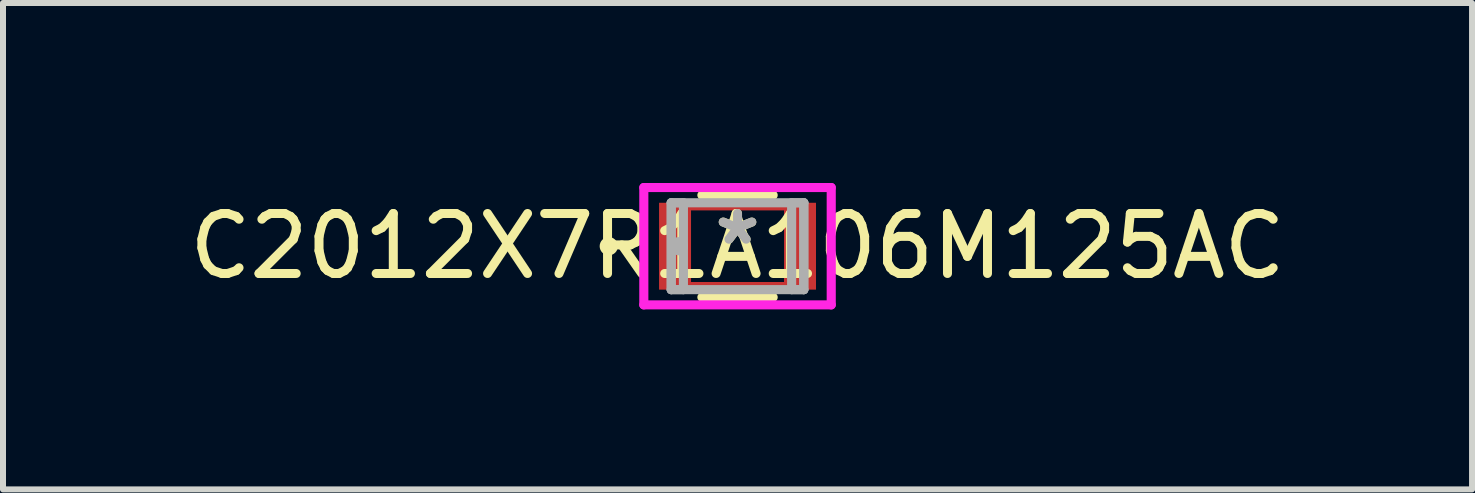
<source format=kicad_pcb>
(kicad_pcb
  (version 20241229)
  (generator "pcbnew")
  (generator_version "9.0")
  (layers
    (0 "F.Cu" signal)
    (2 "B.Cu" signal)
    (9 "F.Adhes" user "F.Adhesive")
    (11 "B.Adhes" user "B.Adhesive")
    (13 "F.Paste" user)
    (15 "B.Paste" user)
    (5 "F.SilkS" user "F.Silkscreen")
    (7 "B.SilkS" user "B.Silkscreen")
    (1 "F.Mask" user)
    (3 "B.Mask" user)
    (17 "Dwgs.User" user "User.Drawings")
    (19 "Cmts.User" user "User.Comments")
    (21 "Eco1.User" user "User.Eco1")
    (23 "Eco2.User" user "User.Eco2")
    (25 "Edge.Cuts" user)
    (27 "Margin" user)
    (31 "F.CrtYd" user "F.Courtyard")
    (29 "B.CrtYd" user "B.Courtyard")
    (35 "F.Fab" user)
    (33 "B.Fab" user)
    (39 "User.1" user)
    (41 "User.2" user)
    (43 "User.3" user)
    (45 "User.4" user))
  (footprint "C2012X7R1A106M125AC"
    (layer "F.Cu")
    (at 9.244 1.054)
    (property "Reference" "C2012X7R1A106M125AC" (at 0 0 0) (layer "F.SilkS") (effects (font (size 1 1) (thickness 0.15))))
    (attr through_hole)
    (fp_line (start -0.851 -0.673) (end 0.851 -0.673) (stroke (width 0.152) (type solid)) (layer "F.Cu"))
    (fp_line (start -0.851 0.673) (end -0.851 -0.673) (stroke (width 0.152) (type solid)) (layer "F.Cu"))
    (fp_line (start 0.851 -0.673) (end 0.851 0.673) (stroke (width 0.152) (type solid)) (layer "F.Cu"))
    (fp_line (start 0.851 0.673) (end -0.851 0.673) (stroke (width 0.152) (type solid)) (layer "F.Cu"))
    (fp_line (start -0.594 0.851) (end 0.594 0.851) (stroke (width 0.152) (type solid)) (layer "F.SilkS"))
    (fp_line (start 0.594 -0.851) (end -0.594 -0.851) (stroke (width 0.152) (type solid)) (layer "F.SilkS"))
    (fp_circle (center -2.146 0) (end -2.07 0) (stroke (width 0.152) (type solid)) (fill no) (layer "F.SilkS"))
    (fp_line (start -1.562 -0.978) (end 1.562 -0.978) (stroke (width 0.152) (type solid)) (layer "F.CrtYd"))
    (fp_line (start -1.562 0.978) (end -1.562 -0.978) (stroke (width 0.152) (type solid)) (layer "F.CrtYd"))
    (fp_line (start 1.562 -0.978) (end 1.562 0.978) (stroke (width 0.152) (type solid)) (layer "F.CrtYd"))
    (fp_line (start 1.562 0.978) (end -1.562 0.978) (stroke (width 0.152) (type solid)) (layer "F.CrtYd"))
    (fp_line (start -1.105 -0.724) (end -1.105 0.724) (stroke (width 0.152) (type solid)) (layer "F.Fab"))
    (fp_line (start -1.105 -0.724) (end -1.105 0.724) (stroke (width 0.152) (type solid)) (layer "F.Fab"))
    (fp_line (start -1.105 0.724) (end -0.902 0.724) (stroke (width 0.152) (type solid)) (layer "F.Fab"))
    (fp_line (start -1.105 0.724) (end 1.105 0.724) (stroke (width 0.152) (type solid)) (layer "F.Fab"))
    (fp_line (start -0.902 -0.724) (end -1.105 -0.724) (stroke (width 0.152) (type solid)) (layer "F.Fab"))
    (fp_line (start -0.902 0.724) (end -0.902 -0.724) (stroke (width 0.152) (type solid)) (layer "F.Fab"))
    (fp_line (start 0.902 -0.724) (end 0.902 0.724) (stroke (width 0.152) (type solid)) (layer "F.Fab"))
    (fp_line (start 0.902 0.724) (end 1.105 0.724) (stroke (width 0.152) (type solid)) (layer "F.Fab"))
    (fp_line (start 1.105 -0.724) (end -1.105 -0.724) (stroke (width 0.152) (type solid)) (layer "F.Fab"))
    (fp_line (start 1.105 -0.724) (end 0.902 -0.724) (stroke (width 0.152) (type solid)) (layer "F.Fab"))
    (fp_line (start 1.105 0.724) (end 1.105 -0.724) (stroke (width 0.152) (type solid)) (layer "F.Fab"))
    (fp_line (start 1.105 0.724) (end 1.105 -0.724) (stroke (width 0.152) (type solid)) (layer "F.Fab"))
    (fp_circle (center -0.978 0) (end -0.902 0) (stroke (width 0.152) (type solid)) (fill no) (layer "F.Fab"))
    (fp_text user "*" (at 0 0 0) (layer "F.SilkS") (effects (font (size 1 1) (thickness 0.15))))
    (fp_text user "*" (at 0 0 0) (layer "F.Fab") (effects (font (size 1 1) (thickness 0.15))))
    (pad "1" smd rect (at -1.105 0) (size 0.406 1.448) (layers "F.Cu" "F.Mask" "F.Paste"))
    (pad "2" smd rect (at 1.105 0) (size 0.406 1.448) (layers "F.Cu" "F.Mask" "F.Paste")))
  (gr_rect
    (start -3 -3)
    (end 21.488 5.108)
    (stroke (width 0.1) (type default))
    (fill no)
    (layer "Edge.Cuts")))
</source>
